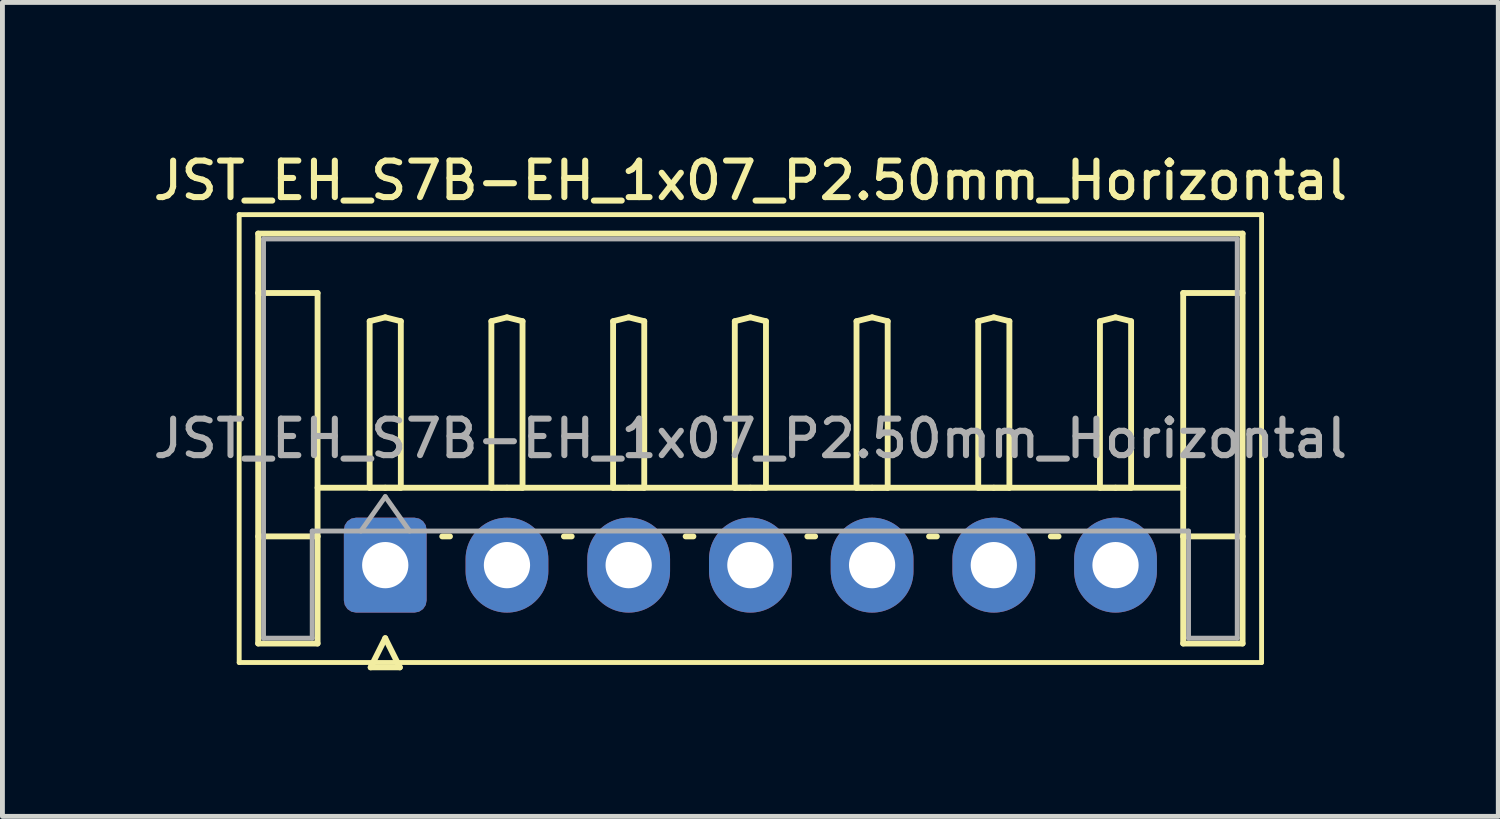
<source format=kicad_pcb>
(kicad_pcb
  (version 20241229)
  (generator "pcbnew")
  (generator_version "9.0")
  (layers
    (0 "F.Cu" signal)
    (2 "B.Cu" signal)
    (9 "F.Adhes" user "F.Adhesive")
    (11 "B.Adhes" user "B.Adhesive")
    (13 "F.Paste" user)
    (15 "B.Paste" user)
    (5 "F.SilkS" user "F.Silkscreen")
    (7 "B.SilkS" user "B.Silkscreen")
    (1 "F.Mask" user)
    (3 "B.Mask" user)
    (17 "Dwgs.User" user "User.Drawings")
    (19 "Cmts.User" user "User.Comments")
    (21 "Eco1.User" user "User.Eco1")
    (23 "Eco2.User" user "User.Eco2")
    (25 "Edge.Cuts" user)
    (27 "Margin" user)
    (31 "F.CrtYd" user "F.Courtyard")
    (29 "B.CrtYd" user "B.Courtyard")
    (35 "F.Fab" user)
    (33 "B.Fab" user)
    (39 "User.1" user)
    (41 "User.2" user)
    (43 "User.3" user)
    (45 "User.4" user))
  (footprint "JST_EH_S7B-EH_1x07_P2.50mm_Horizontal"
    (layer "F.Cu")
    (at 4.863 8.558)
    (property "Reference" "JST_EH_S7B-EH_1x07_P2.50mm_Horizontal" (at 7.5 -7.9 0) (layer "F.SilkS") (effects (font (size 0.75 0.75) (thickness 0.125))))
    (attr through_hole)
    (fp_line (start -3 -7.2) (end -3 2) (stroke (width 0.1) (type solid)) (layer "F.SilkS"))
    (fp_line (start -3 2) (end 18 2) (stroke (width 0.1) (type solid)) (layer "F.SilkS"))
    (fp_line (start -2.61 -6.81) (end 17.61 -6.81) (stroke (width 0.12) (type solid)) (layer "F.SilkS"))
    (fp_line (start -2.61 -5.59) (end -1.39 -5.59) (stroke (width 0.12) (type solid)) (layer "F.SilkS"))
    (fp_line (start -2.61 1.61) (end -2.61 -6.81) (stroke (width 0.12) (type solid)) (layer "F.SilkS"))
    (fp_line (start -1.39 -5.59) (end -1.39 -0.59) (stroke (width 0.12) (type solid)) (layer "F.SilkS"))
    (fp_line (start -1.39 -1.59) (end 16.39 -1.59) (stroke (width 0.12) (type solid)) (layer "F.SilkS"))
    (fp_line (start -1.39 -0.59) (end -2.61 -0.59) (stroke (width 0.12) (type solid)) (layer "F.SilkS"))
    (fp_line (start -1.39 -0.59) (end -1.39 1.61) (stroke (width 0.12) (type solid)) (layer "F.SilkS"))
    (fp_line (start -1.39 1.61) (end -2.61 1.61) (stroke (width 0.12) (type solid)) (layer "F.SilkS"))
    (fp_line (start -0.32 -5.01) (end 0 -5.09) (stroke (width 0.12) (type solid)) (layer "F.SilkS"))
    (fp_line (start -0.32 -1.59) (end -0.32 -5.01) (stroke (width 0.12) (type solid)) (layer "F.SilkS"))
    (fp_line (start -0.3 2.1) (end 0.3 2.1) (stroke (width 0.12) (type solid)) (layer "F.SilkS"))
    (fp_line (start 0 -5.09) (end 0.32 -5.01) (stroke (width 0.12) (type solid)) (layer "F.SilkS"))
    (fp_line (start 0 -1.59) (end -0.32 -1.59) (stroke (width 0.12) (type solid)) (layer "F.SilkS"))
    (fp_line (start 0 1.5) (end -0.3 2.1) (stroke (width 0.12) (type solid)) (layer "F.SilkS"))
    (fp_line (start 0.3 2.1) (end 0 1.5) (stroke (width 0.12) (type solid)) (layer "F.SilkS"))
    (fp_line (start 0.32 -5.01) (end 0.32 -1.59) (stroke (width 0.12) (type solid)) (layer "F.SilkS"))
    (fp_line (start 0.32 -1.59) (end 0 -1.59) (stroke (width 0.12) (type solid)) (layer "F.SilkS"))
    (fp_line (start 1.17 -0.59) (end 1.33 -0.59) (stroke (width 0.12) (type solid)) (layer "F.SilkS"))
    (fp_line (start 2.18 -5.01) (end 2.5 -5.09) (stroke (width 0.12) (type solid)) (layer "F.SilkS"))
    (fp_line (start 2.18 -1.59) (end 2.18 -5.01) (stroke (width 0.12) (type solid)) (layer "F.SilkS"))
    (fp_line (start 2.5 -5.09) (end 2.82 -5.01) (stroke (width 0.12) (type solid)) (layer "F.SilkS"))
    (fp_line (start 2.5 -1.59) (end 2.18 -1.59) (stroke (width 0.12) (type solid)) (layer "F.SilkS"))
    (fp_line (start 2.82 -5.01) (end 2.82 -1.59) (stroke (width 0.12) (type solid)) (layer "F.SilkS"))
    (fp_line (start 2.82 -1.59) (end 2.5 -1.59) (stroke (width 0.12) (type solid)) (layer "F.SilkS"))
    (fp_line (start 3.67 -0.59) (end 3.83 -0.59) (stroke (width 0.12) (type solid)) (layer "F.SilkS"))
    (fp_line (start 4.68 -5.01) (end 5 -5.09) (stroke (width 0.12) (type solid)) (layer "F.SilkS"))
    (fp_line (start 4.68 -1.59) (end 4.68 -5.01) (stroke (width 0.12) (type solid)) (layer "F.SilkS"))
    (fp_line (start 5 -5.09) (end 5.32 -5.01) (stroke (width 0.12) (type solid)) (layer "F.SilkS"))
    (fp_line (start 5 -1.59) (end 4.68 -1.59) (stroke (width 0.12) (type solid)) (layer "F.SilkS"))
    (fp_line (start 5.32 -5.01) (end 5.32 -1.59) (stroke (width 0.12) (type solid)) (layer "F.SilkS"))
    (fp_line (start 5.32 -1.59) (end 5 -1.59) (stroke (width 0.12) (type solid)) (layer "F.SilkS"))
    (fp_line (start 6.17 -0.59) (end 6.33 -0.59) (stroke (width 0.12) (type solid)) (layer "F.SilkS"))
    (fp_line (start 7.18 -5.01) (end 7.5 -5.09) (stroke (width 0.12) (type solid)) (layer "F.SilkS"))
    (fp_line (start 7.18 -1.59) (end 7.18 -5.01) (stroke (width 0.12) (type solid)) (layer "F.SilkS"))
    (fp_line (start 7.5 -5.09) (end 7.82 -5.01) (stroke (width 0.12) (type solid)) (layer "F.SilkS"))
    (fp_line (start 7.5 -1.59) (end 7.18 -1.59) (stroke (width 0.12) (type solid)) (layer "F.SilkS"))
    (fp_line (start 7.82 -5.01) (end 7.82 -1.59) (stroke (width 0.12) (type solid)) (layer "F.SilkS"))
    (fp_line (start 7.82 -1.59) (end 7.5 -1.59) (stroke (width 0.12) (type solid)) (layer "F.SilkS"))
    (fp_line (start 8.67 -0.59) (end 8.83 -0.59) (stroke (width 0.12) (type solid)) (layer "F.SilkS"))
    (fp_line (start 9.68 -5.01) (end 10 -5.09) (stroke (width 0.12) (type solid)) (layer "F.SilkS"))
    (fp_line (start 9.68 -1.59) (end 9.68 -5.01) (stroke (width 0.12) (type solid)) (layer "F.SilkS"))
    (fp_line (start 10 -5.09) (end 10.32 -5.01) (stroke (width 0.12) (type solid)) (layer "F.SilkS"))
    (fp_line (start 10 -1.59) (end 9.68 -1.59) (stroke (width 0.12) (type solid)) (layer "F.SilkS"))
    (fp_line (start 10.32 -5.01) (end 10.32 -1.59) (stroke (width 0.12) (type solid)) (layer "F.SilkS"))
    (fp_line (start 10.32 -1.59) (end 10 -1.59) (stroke (width 0.12) (type solid)) (layer "F.SilkS"))
    (fp_line (start 11.17 -0.59) (end 11.33 -0.59) (stroke (width 0.12) (type solid)) (layer "F.SilkS"))
    (fp_line (start 12.18 -5.01) (end 12.5 -5.09) (stroke (width 0.12) (type solid)) (layer "F.SilkS"))
    (fp_line (start 12.18 -1.59) (end 12.18 -5.01) (stroke (width 0.12) (type solid)) (layer "F.SilkS"))
    (fp_line (start 12.5 -5.09) (end 12.82 -5.01) (stroke (width 0.12) (type solid)) (layer "F.SilkS"))
    (fp_line (start 12.5 -1.59) (end 12.18 -1.59) (stroke (width 0.12) (type solid)) (layer "F.SilkS"))
    (fp_line (start 12.82 -5.01) (end 12.82 -1.59) (stroke (width 0.12) (type solid)) (layer "F.SilkS"))
    (fp_line (start 12.82 -1.59) (end 12.5 -1.59) (stroke (width 0.12) (type solid)) (layer "F.SilkS"))
    (fp_line (start 13.67 -0.59) (end 13.83 -0.59) (stroke (width 0.12) (type solid)) (layer "F.SilkS"))
    (fp_line (start 14.68 -5.01) (end 15 -5.09) (stroke (width 0.12) (type solid)) (layer "F.SilkS"))
    (fp_line (start 14.68 -1.59) (end 14.68 -5.01) (stroke (width 0.12) (type solid)) (layer "F.SilkS"))
    (fp_line (start 15 -5.09) (end 15.32 -5.01) (stroke (width 0.12) (type solid)) (layer "F.SilkS"))
    (fp_line (start 15 -1.59) (end 14.68 -1.59) (stroke (width 0.12) (type solid)) (layer "F.SilkS"))
    (fp_line (start 15.32 -5.01) (end 15.32 -1.59) (stroke (width 0.12) (type solid)) (layer "F.SilkS"))
    (fp_line (start 15.32 -1.59) (end 15 -1.59) (stroke (width 0.12) (type solid)) (layer "F.SilkS"))
    (fp_line (start 16.39 -5.59) (end 16.39 -0.59) (stroke (width 0.12) (type solid)) (layer "F.SilkS"))
    (fp_line (start 16.39 -0.59) (end 17.61 -0.59) (stroke (width 0.12) (type solid)) (layer "F.SilkS"))
    (fp_line (start 16.39 1.61) (end 16.39 -0.59) (stroke (width 0.12) (type solid)) (layer "F.SilkS"))
    (fp_line (start 17.61 -6.81) (end 17.61 1.61) (stroke (width 0.12) (type solid)) (layer "F.SilkS"))
    (fp_line (start 17.61 -5.59) (end 16.39 -5.59) (stroke (width 0.12) (type solid)) (layer "F.SilkS"))
    (fp_line (start 17.61 1.61) (end 16.39 1.61) (stroke (width 0.12) (type solid)) (layer "F.SilkS"))
    (fp_line (start 18 -7.2) (end -3 -7.2) (stroke (width 0.1) (type solid)) (layer "F.SilkS"))
    (fp_line (start 18 2) (end 18 -7.2) (stroke (width 0.1) (type solid)) (layer "F.SilkS"))
    (fp_line (start -2.5 -6.7) (end 17.5 -6.7) (stroke (width 0.1) (type solid)) (layer "F.Fab"))
    (fp_line (start -2.5 1.5) (end -2.5 -6.7) (stroke (width 0.1) (type solid)) (layer "F.Fab"))
    (fp_line (start -1.5 -0.7) (end -1.5 1.5) (stroke (width 0.1) (type solid)) (layer "F.Fab"))
    (fp_line (start -1.5 1.5) (end -2.5 1.5) (stroke (width 0.1) (type solid)) (layer "F.Fab"))
    (fp_line (start -0.5 -0.7) (end 0 -1.407) (stroke (width 0.1) (type solid)) (layer "F.Fab"))
    (fp_line (start 0 -1.407) (end 0.5 -0.7) (stroke (width 0.1) (type solid)) (layer "F.Fab"))
    (fp_line (start 16.5 -0.7) (end -1.5 -0.7) (stroke (width 0.1) (type solid)) (layer "F.Fab"))
    (fp_line (start 16.5 1.5) (end 16.5 -0.7) (stroke (width 0.1) (type solid)) (layer "F.Fab"))
    (fp_line (start 17.5 -6.7) (end 17.5 1.5) (stroke (width 0.1) (type solid)) (layer "F.Fab"))
    (fp_line (start 17.5 1.5) (end 16.5 1.5) (stroke (width 0.1) (type solid)) (layer "F.Fab"))
    (fp_text user "${REFERENCE}" (at 7.5 -2.6 0) (layer "F.Fab") (effects (font (size 0.75 0.75) (thickness 0.125))))
    (pad "1" thru_hole roundrect (at 0 0) (size 1.7 1.95) (drill 0.95) (layers "*.Cu" "*.Mask") (roundrect_rratio 0.147))
    (pad "2" thru_hole oval (at 2.5 0) (size 1.7 1.95) (drill 0.95) (layers "*.Cu" "*.Mask"))
    (pad "3" thru_hole oval (at 5 0) (size 1.7 1.95) (drill 0.95) (layers "*.Cu" "*.Mask"))
    (pad "4" thru_hole oval (at 7.5 0) (size 1.7 1.95) (drill 0.95) (layers "*.Cu" "*.Mask"))
    (pad "5" thru_hole oval (at 10 0) (size 1.7 1.95) (drill 0.95) (layers "*.Cu" "*.Mask"))
    (pad "6" thru_hole oval (at 12.5 0) (size 1.7 1.95) (drill 0.95) (layers "*.Cu" "*.Mask"))
    (pad "7" thru_hole oval (at 15 0) (size 1.7 1.95) (drill 0.95) (layers "*.Cu" "*.Mask")))
  (gr_rect
    (start -3 -3)
    (end 27.725 13.718)
    (stroke (width 0.1) (type default))
    (fill no)
    (layer "Edge.Cuts")))
</source>
